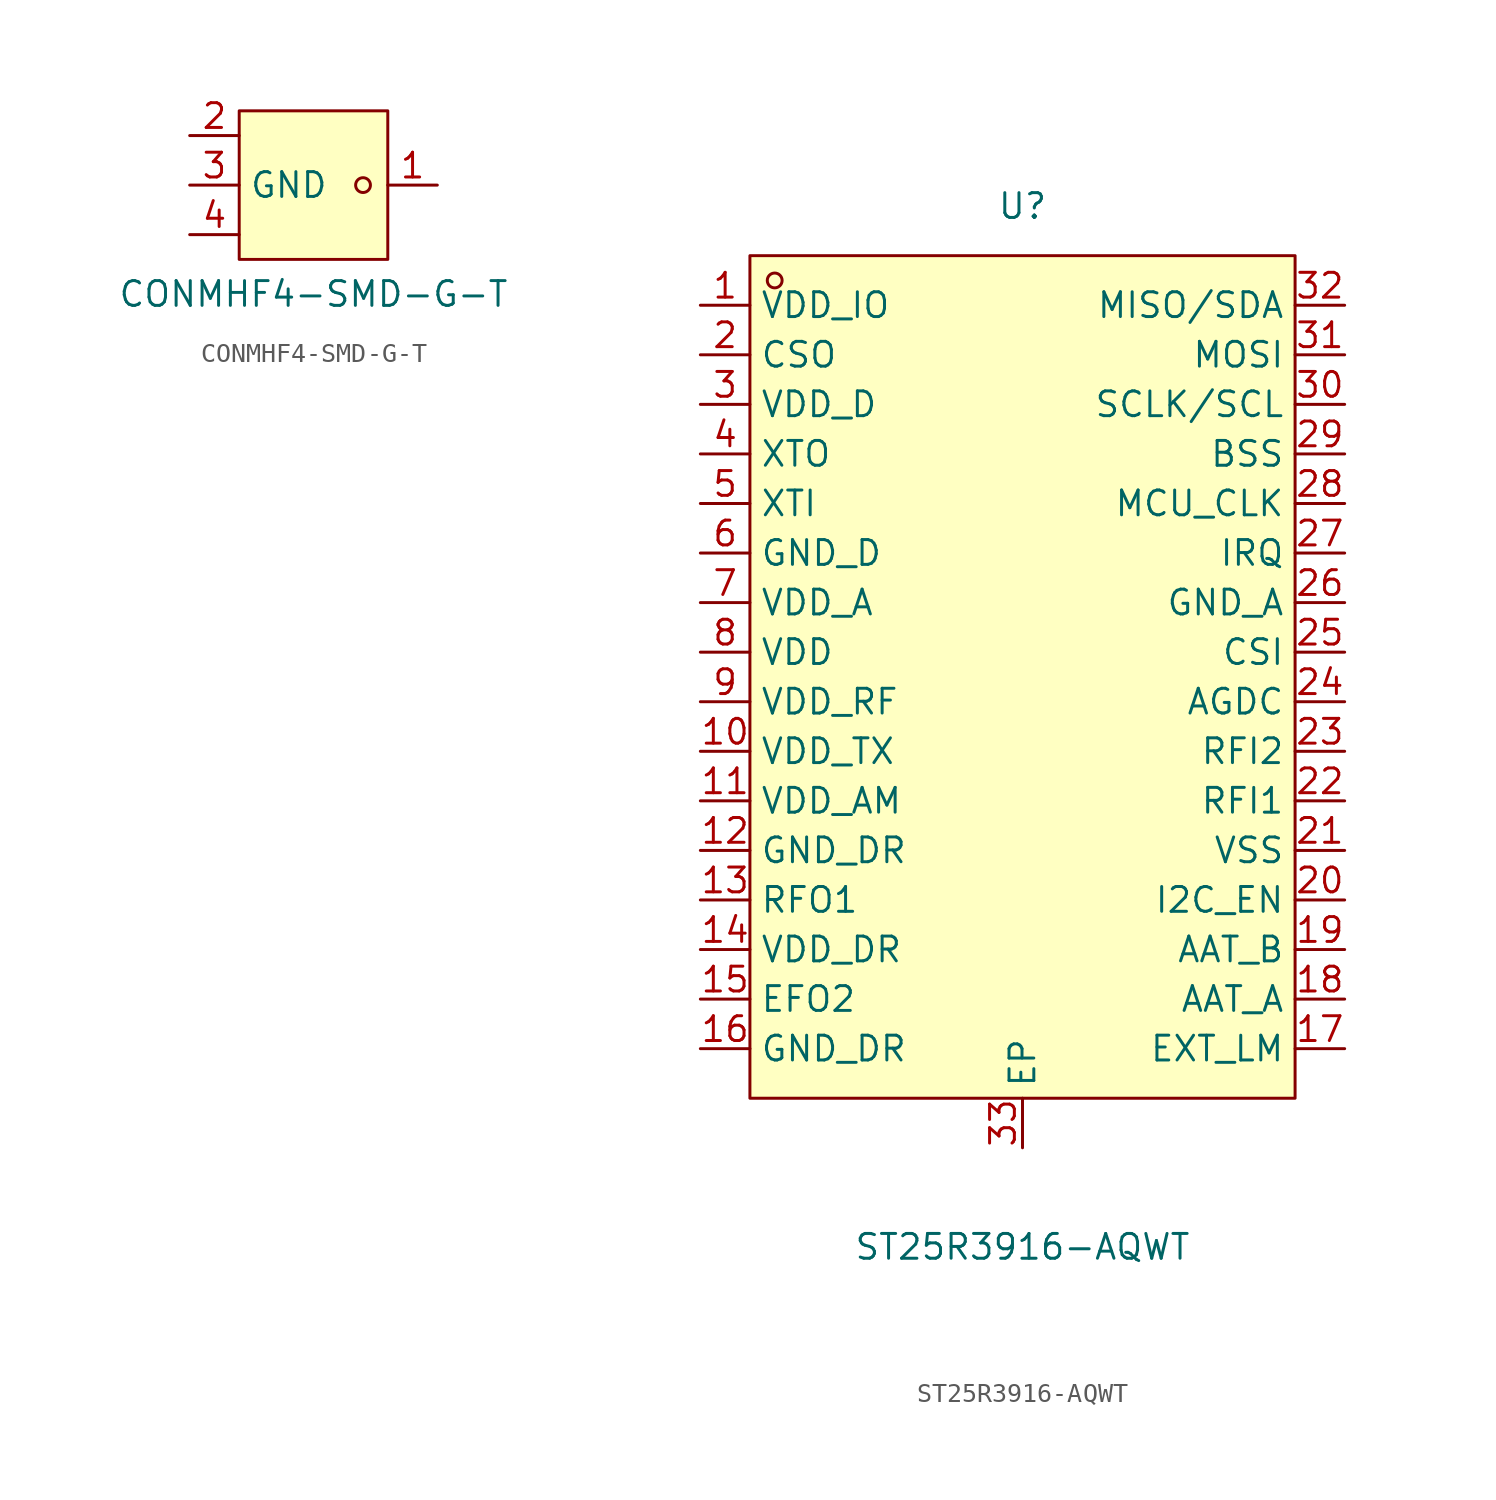
<source format=kicad_sym>
(kicad_symbol_lib
  (version 20241209)
  (generator "kicad_symbol_editor")
  (generator_version "9.0")
  (symbol "CONMHF4-SMD-G-T"
    (property "Reference" "CN"
      (at -0.254 4.826 0)
      (effects (font (size 1.27 1.27)) (hide yes)))
    (property "Value" "CONMHF4-SMD-G-T"
      (at 0 -5.588 0)
      (effects (font (size 1.27 1.27))))
    (symbol "CONMHF4-SMD-G-T_0_1"
      (rectangle (start -3.81 -3.81) (end 3.81 3.81) (stroke (width 0) (type default)) (fill (type background)))
      (circle (center 2.54 0) (radius 0.38) (stroke (width 0) (type default)) (fill (type none))))
    (symbol "CONMHF4-SMD-G-T_1_1"
      (pin unspecified line (at -6.35 2.54 0) (length 2.54) (name "" (effects (font (size 1.27 1.27)))) (number "2" (effects (font (size 1.27 1.27)))))
      (pin unspecified line (at -6.35 0 0) (length 2.54) (name "GND" (effects (font (size 1.27 1.27)))) (number "3" (effects (font (size 1.27 1.27)))))
      (pin unspecified line (at -6.35 -2.54 0) (length 2.54) (name "" (effects (font (size 1.27 1.27)))) (number "4" (effects (font (size 1.27 1.27)))))
      (pin bidirectional line (at 6.35 0 180) (length 2.54) (name "" (effects (font (size 1.27 1.27)))) (number "1" (effects (font (size 1.27 1.27)))))))
  (symbol "ST25R3916-AQWT"
    (property "Reference" "U"
      (at 0 24.13 0)
      (effects (font (size 1.27 1.27))))
    (property "Value" "ST25R3916-AQWT"
      (at 0 -29.21 0)
      (effects (font (size 1.27 1.27))))
    (symbol "ST25R3916-AQWT_0_1"
      (rectangle (start -13.97 21.59) (end 13.97 -21.59) (stroke (width 0) (type default)) (fill (type background)))
      (circle (center -12.7 20.32) (radius 0.38) (stroke (width 0) (type default)) (fill (type none)))
      (pin unspecified line (at -16.51 19.05 0) (length 2.54) (name "VDD_IO" (effects (font (size 1.27 1.27)))) (number "1" (effects (font (size 1.27 1.27)))))
      (pin unspecified line (at -16.51 16.51 0) (length 2.54) (name "CSO" (effects (font (size 1.27 1.27)))) (number "2" (effects (font (size 1.27 1.27)))))
      (pin unspecified line (at -16.51 13.97 0) (length 2.54) (name "VDD_D" (effects (font (size 1.27 1.27)))) (number "3" (effects (font (size 1.27 1.27)))))
      (pin unspecified line (at -16.51 11.43 0) (length 2.54) (name "XTO" (effects (font (size 1.27 1.27)))) (number "4" (effects (font (size 1.27 1.27)))))
      (pin unspecified line (at -16.51 8.89 0) (length 2.54) (name "XTI" (effects (font (size 1.27 1.27)))) (number "5" (effects (font (size 1.27 1.27)))))
      (pin unspecified line (at -16.51 6.35 0) (length 2.54) (name "GND_D" (effects (font (size 1.27 1.27)))) (number "6" (effects (font (size 1.27 1.27)))))
      (pin unspecified line (at -16.51 3.81 0) (length 2.54) (name "VDD_A" (effects (font (size 1.27 1.27)))) (number "7" (effects (font (size 1.27 1.27)))))
      (pin unspecified line (at -16.51 1.27 0) (length 2.54) (name "VDD" (effects (font (size 1.27 1.27)))) (number "8" (effects (font (size 1.27 1.27)))))
      (pin unspecified line (at -16.51 -1.27 0) (length 2.54) (name "VDD_RF" (effects (font (size 1.27 1.27)))) (number "9" (effects (font (size 1.27 1.27)))))
      (pin unspecified line (at -16.51 -3.81 0) (length 2.54) (name "VDD_TX" (effects (font (size 1.27 1.27)))) (number "10" (effects (font (size 1.27 1.27)))))
      (pin unspecified line (at -16.51 -6.35 0) (length 2.54) (name "VDD_AM" (effects (font (size 1.27 1.27)))) (number "11" (effects (font (size 1.27 1.27)))))
      (pin unspecified line (at -16.51 -8.89 0) (length 2.54) (name "GND_DR" (effects (font (size 1.27 1.27)))) (number "12" (effects (font (size 1.27 1.27)))))
      (pin unspecified line (at -16.51 -11.43 0) (length 2.54) (name "RFO1" (effects (font (size 1.27 1.27)))) (number "13" (effects (font (size 1.27 1.27)))))
      (pin unspecified line (at -16.51 -13.97 0) (length 2.54) (name "VDD_DR" (effects (font (size 1.27 1.27)))) (number "14" (effects (font (size 1.27 1.27)))))
      (pin unspecified line (at -16.51 -16.51 0) (length 2.54) (name "EFO2" (effects (font (size 1.27 1.27)))) (number "15" (effects (font (size 1.27 1.27)))))
      (pin unspecified line (at -16.51 -19.05 0) (length 2.54) (name "GND_DR" (effects (font (size 1.27 1.27)))) (number "16" (effects (font (size 1.27 1.27)))))
      (pin unspecified line (at 0 -24.13 90) (length 2.54) (name "EP" (effects (font (size 1.27 1.27)))) (number "33" (effects (font (size 1.27 1.27)))))
      (pin unspecified line (at 16.51 19.05 180) (length 2.54) (name "MISO/SDA" (effects (font (size 1.27 1.27)))) (number "32" (effects (font (size 1.27 1.27)))))
      (pin unspecified line (at 16.51 16.51 180) (length 2.54) (name "MOSI" (effects (font (size 1.27 1.27)))) (number "31" (effects (font (size 1.27 1.27)))))
      (pin unspecified line (at 16.51 13.97 180) (length 2.54) (name "SCLK/SCL" (effects (font (size 1.27 1.27)))) (number "30" (effects (font (size 1.27 1.27)))))
      (pin unspecified line (at 16.51 11.43 180) (length 2.54) (name "BSS" (effects (font (size 1.27 1.27)))) (number "29" (effects (font (size 1.27 1.27)))))
      (pin unspecified line (at 16.51 8.89 180) (length 2.54) (name "MCU_CLK" (effects (font (size 1.27 1.27)))) (number "28" (effects (font (size 1.27 1.27)))))
      (pin unspecified line (at 16.51 6.35 180) (length 2.54) (name "IRQ" (effects (font (size 1.27 1.27)))) (number "27" (effects (font (size 1.27 1.27)))))
      (pin unspecified line (at 16.51 3.81 180) (length 2.54) (name "GND_A" (effects (font (size 1.27 1.27)))) (number "26" (effects (font (size 1.27 1.27)))))
      (pin unspecified line (at 16.51 1.27 180) (length 2.54) (name "CSI" (effects (font (size 1.27 1.27)))) (number "25" (effects (font (size 1.27 1.27)))))
      (pin unspecified line (at 16.51 -1.27 180) (length 2.54) (name "AGDC" (effects (font (size 1.27 1.27)))) (number "24" (effects (font (size 1.27 1.27)))))
      (pin unspecified line (at 16.51 -3.81 180) (length 2.54) (name "RFI2" (effects (font (size 1.27 1.27)))) (number "23" (effects (font (size 1.27 1.27)))))
      (pin unspecified line (at 16.51 -6.35 180) (length 2.54) (name "RFI1" (effects (font (size 1.27 1.27)))) (number "22" (effects (font (size 1.27 1.27)))))
      (pin unspecified line (at 16.51 -8.89 180) (length 2.54) (name "VSS" (effects (font (size 1.27 1.27)))) (number "21" (effects (font (size 1.27 1.27)))))
      (pin unspecified line (at 16.51 -11.43 180) (length 2.54) (name "I2C_EN" (effects (font (size 1.27 1.27)))) (number "20" (effects (font (size 1.27 1.27)))))
      (pin unspecified line (at 16.51 -13.97 180) (length 2.54) (name "AAT_B" (effects (font (size 1.27 1.27)))) (number "19" (effects (font (size 1.27 1.27)))))
      (pin unspecified line (at 16.51 -16.51 180) (length 2.54) (name "AAT_A" (effects (font (size 1.27 1.27)))) (number "18" (effects (font (size 1.27 1.27)))))
      (pin unspecified line (at 16.51 -19.05 180) (length 2.54) (name "EXT_LM" (effects (font (size 1.27 1.27)))) (number "17" (effects (font (size 1.27 1.27))))))))
</source>
